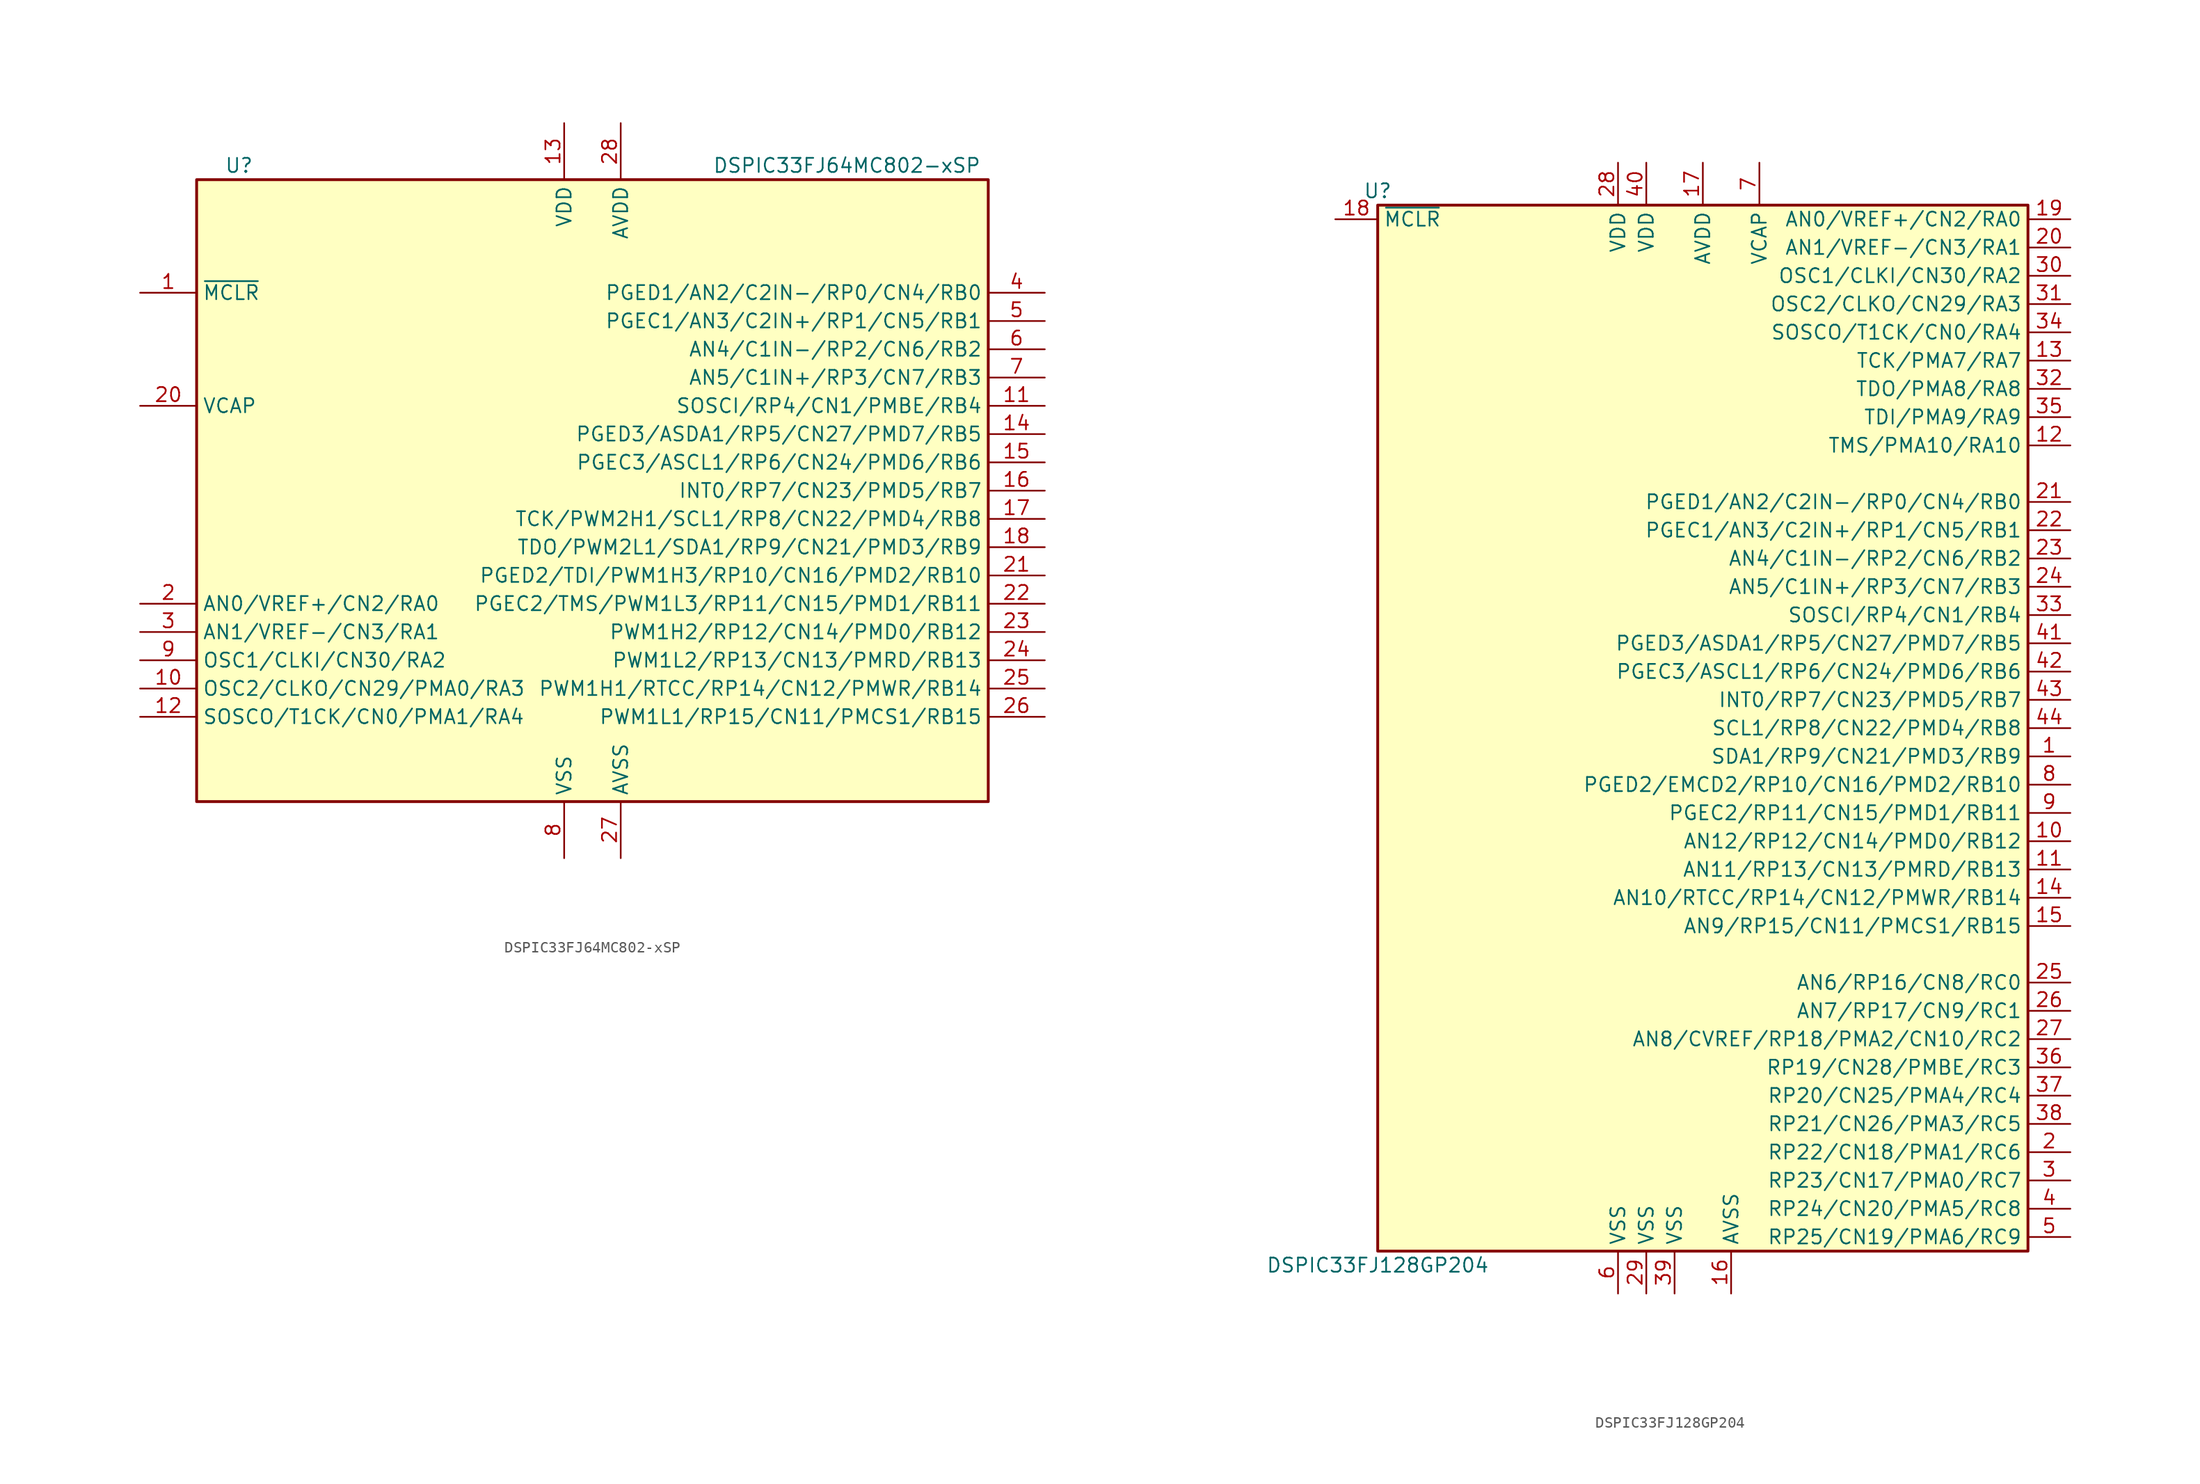
<source format=kicad_sym>
(kicad_symbol_lib
  (version 20201005)
  (generator kicad_symbol_editor)
  (symbol "DSPIC33FJ64MC802-xSP"
    (property "Reference" "U"
      (at -31.75 29.21 0)
      (effects (font (size 1.27 1.27))))
    (property "Value" "DSPIC33FJ64MC802-xSP"
      (at 22.86 29.21 0)
      (effects (font (size 1.27 1.27))))
    (symbol "DSPIC33FJ64MC802-xSP_0_1"
      (rectangle (start -35.56 27.94) (end 35.56 -27.94) (stroke (width 0.254)) (fill (type background))))
    (symbol "DSPIC33FJ64MC802-xSP_1_1"
      (pin input line (at -40.64 17.78 0) (length 5.08) (name "~MCLR" (effects (font (size 1.27 1.27)))) (number "1" (effects (font (size 1.27 1.27)))))
      (pin bidirectional line (at -40.64 -17.78 0) (length 5.08) (name "OSC2/CLKO/CN29/PMA0/RA3" (effects (font (size 1.27 1.27)))) (number "10" (effects (font (size 1.27 1.27)))))
      (pin bidirectional line (at 40.64 7.62 180) (length 5.08) (name "SOSCI/RP4/CN1/PMBE/RB4" (effects (font (size 1.27 1.27)))) (number "11" (effects (font (size 1.27 1.27)))))
      (pin bidirectional line (at -40.64 -20.32 0) (length 5.08) (name "SOSCO/T1CK/CN0/PMA1/RA4" (effects (font (size 1.27 1.27)))) (number "12" (effects (font (size 1.27 1.27)))))
      (pin power_in line (at -2.54 33.02 270) (length 5.08) (name "VDD" (effects (font (size 1.27 1.27)))) (number "13" (effects (font (size 1.27 1.27)))))
      (pin bidirectional line (at 40.64 5.08 180) (length 5.08) (name "PGED3/ASDA1/RP5/CN27/PMD7/RB5" (effects (font (size 1.27 1.27)))) (number "14" (effects (font (size 1.27 1.27)))))
      (pin bidirectional line (at 40.64 2.54 180) (length 5.08) (name "PGEC3/ASCL1/RP6/CN24/PMD6/RB6" (effects (font (size 1.27 1.27)))) (number "15" (effects (font (size 1.27 1.27)))))
      (pin bidirectional line (at 40.64 0 180) (length 5.08) (name "INT0/RP7/CN23/PMD5/RB7" (effects (font (size 1.27 1.27)))) (number "16" (effects (font (size 1.27 1.27)))))
      (pin bidirectional line (at 40.64 -2.54 180) (length 5.08) (name "TCK/PWM2H1/SCL1/RP8/CN22/PMD4/RB8" (effects (font (size 1.27 1.27)))) (number "17" (effects (font (size 1.27 1.27)))))
      (pin bidirectional line (at 40.64 -5.08 180) (length 5.08) (name "TDO/PWM2L1/SDA1/RP9/CN21/PMD3/RB9" (effects (font (size 1.27 1.27)))) (number "18" (effects (font (size 1.27 1.27)))))
      (pin passive line (at -2.54 -33.02 90) (length 5.08) hide (name "VSS" (effects (font (size 1.27 1.27)))) (number "19" (effects (font (size 1.27 1.27)))))
      (pin bidirectional line (at -40.64 -10.16 0) (length 5.08) (name "AN0/VREF+/CN2/RA0" (effects (font (size 1.27 1.27)))) (number "2" (effects (font (size 1.27 1.27)))))
      (pin passive line (at -40.64 7.62 0) (length 5.08) (name "VCAP" (effects (font (size 1.27 1.27)))) (number "20" (effects (font (size 1.27 1.27)))))
      (pin bidirectional line (at 40.64 -7.62 180) (length 5.08) (name "PGED2/TDI/PWM1H3/RP10/CN16/PMD2/RB10" (effects (font (size 1.27 1.27)))) (number "21" (effects (font (size 1.27 1.27)))))
      (pin bidirectional line (at 40.64 -10.16 180) (length 5.08) (name "PGEC2/TMS/PWM1L3/RP11/CN15/PMD1/RB11" (effects (font (size 1.27 1.27)))) (number "22" (effects (font (size 1.27 1.27)))))
      (pin bidirectional line (at 40.64 -12.7 180) (length 5.08) (name "PWM1H2/RP12/CN14/PMD0/RB12" (effects (font (size 1.27 1.27)))) (number "23" (effects (font (size 1.27 1.27)))))
      (pin bidirectional line (at 40.64 -15.24 180) (length 5.08) (name "PWM1L2/RP13/CN13/PMRD/RB13" (effects (font (size 1.27 1.27)))) (number "24" (effects (font (size 1.27 1.27)))))
      (pin bidirectional line (at 40.64 -17.78 180) (length 5.08) (name "PWM1H1/RTCC/RP14/CN12/PMWR/RB14" (effects (font (size 1.27 1.27)))) (number "25" (effects (font (size 1.27 1.27)))))
      (pin bidirectional line (at 40.64 -20.32 180) (length 5.08) (name "PWM1L1/RP15/CN11/PMCS1/RB15" (effects (font (size 1.27 1.27)))) (number "26" (effects (font (size 1.27 1.27)))))
      (pin power_in line (at 2.54 -33.02 90) (length 5.08) (name "AVSS" (effects (font (size 1.27 1.27)))) (number "27" (effects (font (size 1.27 1.27)))))
      (pin power_in line (at 2.54 33.02 270) (length 5.08) (name "AVDD" (effects (font (size 1.27 1.27)))) (number "28" (effects (font (size 1.27 1.27)))))
      (pin bidirectional line (at -40.64 -12.7 0) (length 5.08) (name "AN1/VREF-/CN3/RA1" (effects (font (size 1.27 1.27)))) (number "3" (effects (font (size 1.27 1.27)))))
      (pin bidirectional line (at 40.64 17.78 180) (length 5.08) (name "PGED1/AN2/C2IN-/RP0/CN4/RB0" (effects (font (size 1.27 1.27)))) (number "4" (effects (font (size 1.27 1.27)))))
      (pin bidirectional line (at 40.64 15.24 180) (length 5.08) (name "PGEC1/AN3/C2IN+/RP1/CN5/RB1" (effects (font (size 1.27 1.27)))) (number "5" (effects (font (size 1.27 1.27)))))
      (pin bidirectional line (at 40.64 12.7 180) (length 5.08) (name "AN4/C1IN-/RP2/CN6/RB2" (effects (font (size 1.27 1.27)))) (number "6" (effects (font (size 1.27 1.27)))))
      (pin bidirectional line (at 40.64 10.16 180) (length 5.08) (name "AN5/C1IN+/RP3/CN7/RB3" (effects (font (size 1.27 1.27)))) (number "7" (effects (font (size 1.27 1.27)))))
      (pin power_in line (at -2.54 -33.02 90) (length 5.08) (name "VSS" (effects (font (size 1.27 1.27)))) (number "8" (effects (font (size 1.27 1.27)))))
      (pin bidirectional line (at -40.64 -15.24 0) (length 5.08) (name "OSC1/CLKI/CN30/RA2" (effects (font (size 1.27 1.27)))) (number "9" (effects (font (size 1.27 1.27)))))))
  (symbol "DSPIC33FJ128GP204"
    (property "Reference" "U"
      (at -29.21 48.26 0)
      (effects (font (size 1.27 1.27))))
    (property "Value" "DSPIC33FJ128GP204"
      (at -29.21 -48.26 0)
      (effects (font (size 1.27 1.27))))
    (symbol "DSPIC33FJ128GP204_1_1"
      (rectangle (start -29.21 46.99) (end 29.21 -46.99) (stroke (width 0.254)) (fill (type background)))
      (pin bidirectional line (at 33.02 -2.54 180) (length 3.81) (name "SDA1/RP9/CN21/PMD3/RB9" (effects (font (size 1.27 1.27)))) (number "1" (effects (font (size 1.27 1.27)))))
      (pin bidirectional line (at 33.02 -10.16 180) (length 3.81) (name "AN12/RP12/CN14/PMD0/RB12" (effects (font (size 1.27 1.27)))) (number "10" (effects (font (size 1.27 1.27)))))
      (pin bidirectional line (at 33.02 -12.7 180) (length 3.81) (name "AN11/RP13/CN13/PMRD/RB13" (effects (font (size 1.27 1.27)))) (number "11" (effects (font (size 1.27 1.27)))))
      (pin bidirectional line (at 33.02 25.4 180) (length 3.81) (name "TMS/PMA10/RA10" (effects (font (size 1.27 1.27)))) (number "12" (effects (font (size 1.27 1.27)))))
      (pin bidirectional line (at 33.02 33.02 180) (length 3.81) (name "TCK/PMA7/RA7" (effects (font (size 1.27 1.27)))) (number "13" (effects (font (size 1.27 1.27)))))
      (pin bidirectional line (at 33.02 -15.24 180) (length 3.81) (name "AN10/RTCC/RP14/CN12/PMWR/RB14" (effects (font (size 1.27 1.27)))) (number "14" (effects (font (size 1.27 1.27)))))
      (pin bidirectional line (at 33.02 -17.78 180) (length 3.81) (name "AN9/RP15/CN11/PMCS1/RB15" (effects (font (size 1.27 1.27)))) (number "15" (effects (font (size 1.27 1.27)))))
      (pin power_in line (at 2.54 -50.8 90) (length 3.81) (name "AVSS" (effects (font (size 1.27 1.27)))) (number "16" (effects (font (size 1.27 1.27)))))
      (pin power_in line (at 0 50.8 270) (length 3.81) (name "AVDD" (effects (font (size 1.27 1.27)))) (number "17" (effects (font (size 1.27 1.27)))))
      (pin input line (at -33.02 45.72 0) (length 3.81) (name "~MCLR" (effects (font (size 1.27 1.27)))) (number "18" (effects (font (size 1.27 1.27)))))
      (pin bidirectional line (at 33.02 45.72 180) (length 3.81) (name "AN0/VREF+/CN2/RA0" (effects (font (size 1.27 1.27)))) (number "19" (effects (font (size 1.27 1.27)))))
      (pin bidirectional line (at 33.02 -38.1 180) (length 3.81) (name "RP22/CN18/PMA1/RC6" (effects (font (size 1.27 1.27)))) (number "2" (effects (font (size 1.27 1.27)))))
      (pin bidirectional line (at 33.02 43.18 180) (length 3.81) (name "AN1/VREF-/CN3/RA1" (effects (font (size 1.27 1.27)))) (number "20" (effects (font (size 1.27 1.27)))))
      (pin bidirectional line (at 33.02 20.32 180) (length 3.81) (name "PGED1/AN2/C2IN-/RP0/CN4/RB0" (effects (font (size 1.27 1.27)))) (number "21" (effects (font (size 1.27 1.27)))))
      (pin bidirectional line (at 33.02 17.78 180) (length 3.81) (name "PGEC1/AN3/C2IN+/RP1/CN5/RB1" (effects (font (size 1.27 1.27)))) (number "22" (effects (font (size 1.27 1.27)))))
      (pin bidirectional line (at 33.02 15.24 180) (length 3.81) (name "AN4/C1IN-/RP2/CN6/RB2" (effects (font (size 1.27 1.27)))) (number "23" (effects (font (size 1.27 1.27)))))
      (pin bidirectional line (at 33.02 12.7 180) (length 3.81) (name "AN5/C1IN+/RP3/CN7/RB3" (effects (font (size 1.27 1.27)))) (number "24" (effects (font (size 1.27 1.27)))))
      (pin bidirectional line (at 33.02 -22.86 180) (length 3.81) (name "AN6/RP16/CN8/RC0" (effects (font (size 1.27 1.27)))) (number "25" (effects (font (size 1.27 1.27)))))
      (pin bidirectional line (at 33.02 -25.4 180) (length 3.81) (name "AN7/RP17/CN9/RC1" (effects (font (size 1.27 1.27)))) (number "26" (effects (font (size 1.27 1.27)))))
      (pin bidirectional line (at 33.02 -27.94 180) (length 3.81) (name "AN8/CVREF/RP18/PMA2/CN10/RC2" (effects (font (size 1.27 1.27)))) (number "27" (effects (font (size 1.27 1.27)))))
      (pin power_in line (at -7.62 50.8 270) (length 3.81) (name "VDD" (effects (font (size 1.27 1.27)))) (number "28" (effects (font (size 1.27 1.27)))))
      (pin power_in line (at -5.08 -50.8 90) (length 3.81) (name "VSS" (effects (font (size 1.27 1.27)))) (number "29" (effects (font (size 1.27 1.27)))))
      (pin bidirectional line (at 33.02 -40.64 180) (length 3.81) (name "RP23/CN17/PMA0/RC7" (effects (font (size 1.27 1.27)))) (number "3" (effects (font (size 1.27 1.27)))))
      (pin input line (at 33.02 40.64 180) (length 3.81) (name "OSC1/CLKI/CN30/RA2" (effects (font (size 1.27 1.27)))) (number "30" (effects (font (size 1.27 1.27)))))
      (pin input line (at 33.02 38.1 180) (length 3.81) (name "OSC2/CLKO/CN29/RA3" (effects (font (size 1.27 1.27)))) (number "31" (effects (font (size 1.27 1.27)))))
      (pin input line (at 33.02 30.48 180) (length 3.81) (name "TDO/PMA8/RA8" (effects (font (size 1.27 1.27)))) (number "32" (effects (font (size 1.27 1.27)))))
      (pin input line (at 33.02 10.16 180) (length 3.81) (name "SOSCI/RP4/CN1/RB4" (effects (font (size 1.27 1.27)))) (number "33" (effects (font (size 1.27 1.27)))))
      (pin input line (at 33.02 35.56 180) (length 3.81) (name "SOSCO/T1CK/CN0/RA4" (effects (font (size 1.27 1.27)))) (number "34" (effects (font (size 1.27 1.27)))))
      (pin input line (at 33.02 27.94 180) (length 3.81) (name "TDI/PMA9/RA9" (effects (font (size 1.27 1.27)))) (number "35" (effects (font (size 1.27 1.27)))))
      (pin input line (at 33.02 -30.48 180) (length 3.81) (name "RP19/CN28/PMBE/RC3" (effects (font (size 1.27 1.27)))) (number "36" (effects (font (size 1.27 1.27)))))
      (pin input line (at 33.02 -33.02 180) (length 3.81) (name "RP20/CN25/PMA4/RC4" (effects (font (size 1.27 1.27)))) (number "37" (effects (font (size 1.27 1.27)))))
      (pin input line (at 33.02 -35.56 180) (length 3.81) (name "RP21/CN26/PMA3/RC5" (effects (font (size 1.27 1.27)))) (number "38" (effects (font (size 1.27 1.27)))))
      (pin power_in line (at -2.54 -50.8 90) (length 3.81) (name "VSS" (effects (font (size 1.27 1.27)))) (number "39" (effects (font (size 1.27 1.27)))))
      (pin bidirectional line (at 33.02 -43.18 180) (length 3.81) (name "RP24/CN20/PMA5/RC8" (effects (font (size 1.27 1.27)))) (number "4" (effects (font (size 1.27 1.27)))))
      (pin power_in line (at -5.08 50.8 270) (length 3.81) (name "VDD" (effects (font (size 1.27 1.27)))) (number "40" (effects (font (size 1.27 1.27)))))
      (pin input line (at 33.02 7.62 180) (length 3.81) (name "PGED3/ASDA1/RP5/CN27/PMD7/RB5" (effects (font (size 1.27 1.27)))) (number "41" (effects (font (size 1.27 1.27)))))
      (pin input line (at 33.02 5.08 180) (length 3.81) (name "PGEC3/ASCL1/RP6/CN24/PMD6/RB6" (effects (font (size 1.27 1.27)))) (number "42" (effects (font (size 1.27 1.27)))))
      (pin input line (at 33.02 2.54 180) (length 3.81) (name "INT0/RP7/CN23/PMD5/RB7" (effects (font (size 1.27 1.27)))) (number "43" (effects (font (size 1.27 1.27)))))
      (pin input line (at 33.02 0 180) (length 3.81) (name "SCL1/RP8/CN22/PMD4/RB8" (effects (font (size 1.27 1.27)))) (number "44" (effects (font (size 1.27 1.27)))))
      (pin bidirectional line (at 33.02 -45.72 180) (length 3.81) (name "RP25/CN19/PMA6/RC9" (effects (font (size 1.27 1.27)))) (number "5" (effects (font (size 1.27 1.27)))))
      (pin power_in line (at -7.62 -50.8 90) (length 3.81) (name "VSS" (effects (font (size 1.27 1.27)))) (number "6" (effects (font (size 1.27 1.27)))))
      (pin power_in line (at 5.08 50.8 270) (length 3.81) (name "VCAP" (effects (font (size 1.27 1.27)))) (number "7" (effects (font (size 1.27 1.27)))))
      (pin bidirectional line (at 33.02 -5.08 180) (length 3.81) (name "PGED2/EMCD2/RP10/CN16/PMD2/RB10" (effects (font (size 1.27 1.27)))) (number "8" (effects (font (size 1.27 1.27)))))
      (pin bidirectional line (at 33.02 -7.62 180) (length 3.81) (name "PGEC2/RP11/CN15/PMD1/RB11" (effects (font (size 1.27 1.27)))) (number "9" (effects (font (size 1.27 1.27))))))))
</source>
